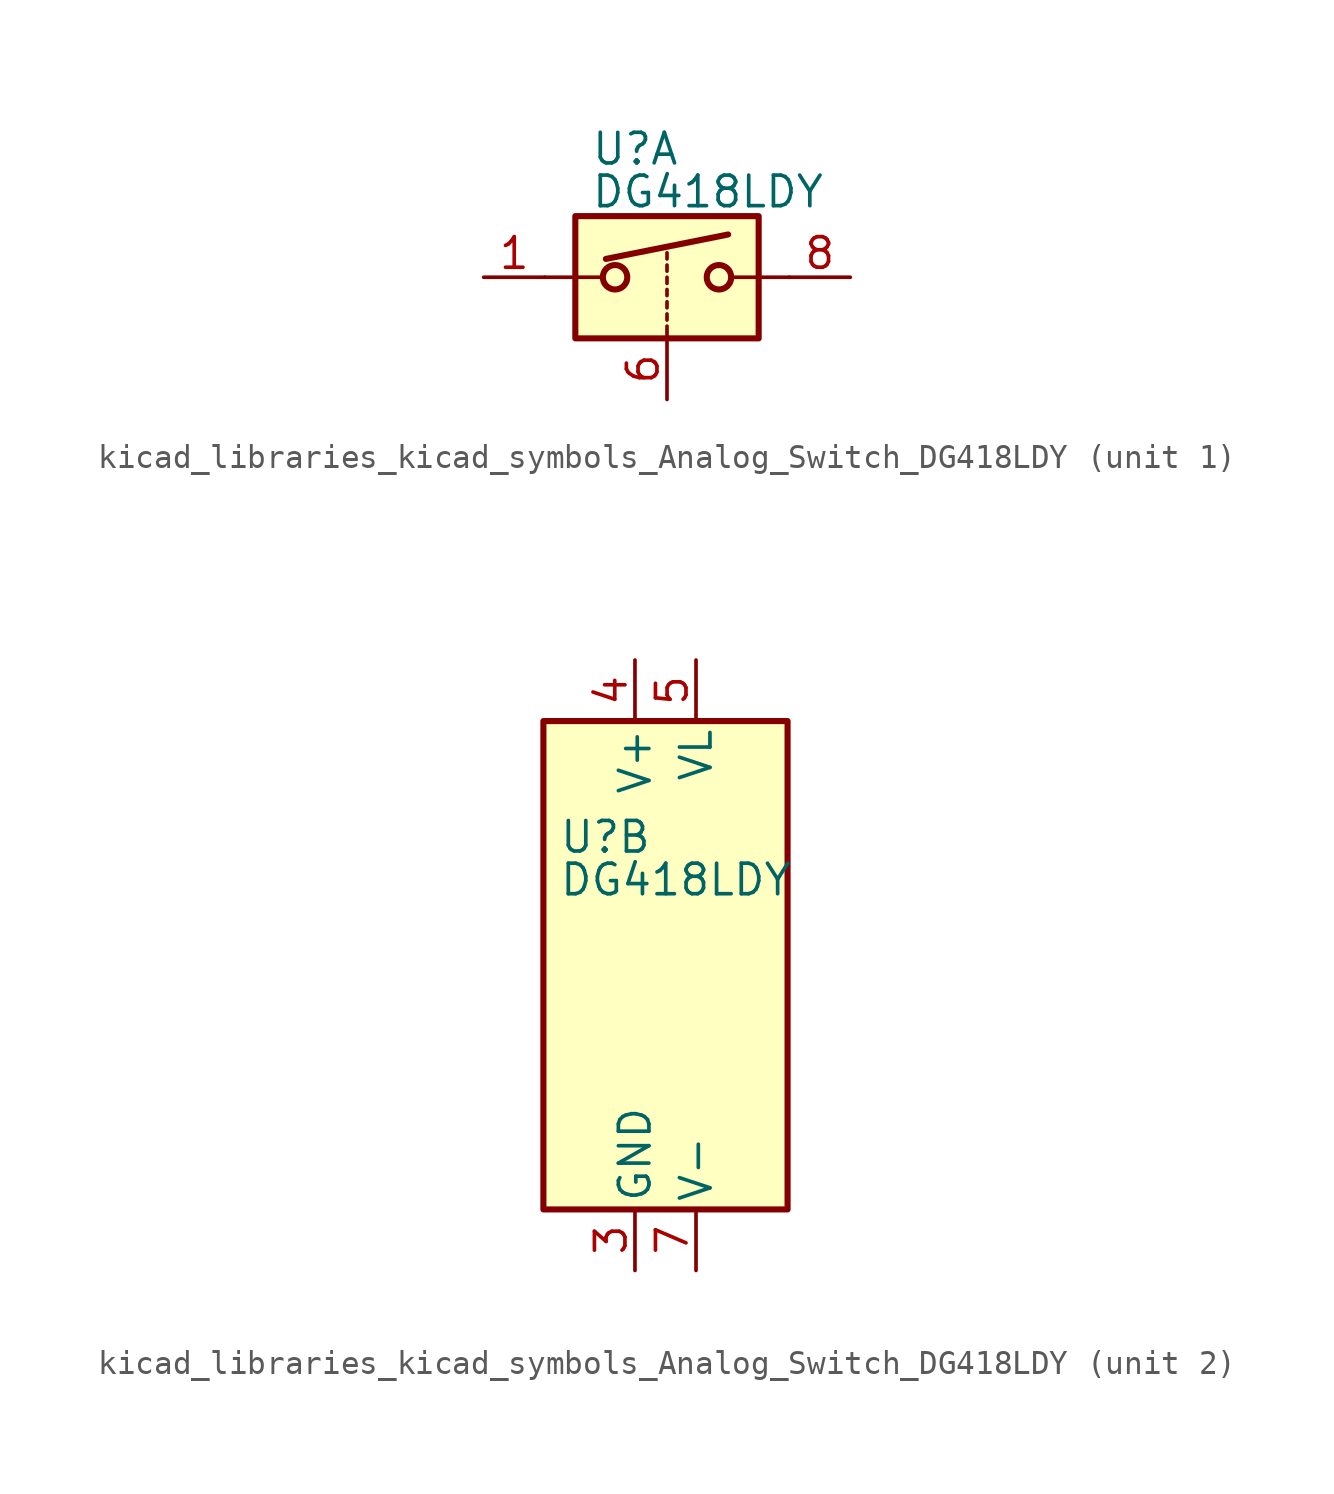
<source format=kicad_sym>
(kicad_symbol_lib
  (version 20220914)
  (generator kicad_symbol_editor)
  (symbol "kicad_libraries_kicad_symbols_Analog_Switch_DG418LDY"
    (pin_names
      (offset 0.254))
    (property "Reference" "U"
      (at -3.175 5.334 0)
      (effects (font (size 1.27 1.27)) (justify left)))
    (property "Value" "DG418LDY"
      (at -3.175 3.556 0)
      (effects (font (size 1.27 1.27)) (justify left)))
    (symbol "kicad_libraries_kicad_symbols_Analog_Switch_DG418LDY_1_1"
      (rectangle (start -3.81 2.54) (end 3.81 -2.54) (stroke (width 0.254) (type default)) (fill (type background)))
      (circle (center -2.159 0) (radius 0.508) (stroke (width 0.254) (type default)) (fill (type none)))
      (polyline (pts (xy -5.08 0) (xy -2.794 0)) (stroke (width 0) (type default)) (fill (type none)))
      (polyline (pts (xy -2.54 0.762) (xy 2.54 1.778)) (stroke (width 0.254) (type default)) (fill (type none)))
      (polyline (pts (xy 0 -2.54) (xy 0 -2.032)) (stroke (width 0) (type default)) (fill (type none)))
      (polyline (pts (xy 0 -1.778) (xy 0 -1.524)) (stroke (width 0) (type default)) (fill (type none)))
      (polyline (pts (xy 0 -1.27) (xy 0 -1.016)) (stroke (width 0) (type default)) (fill (type none)))
      (polyline (pts (xy 0 -0.762) (xy 0 -0.508)) (stroke (width 0) (type default)) (fill (type none)))
      (polyline (pts (xy 0 -0.254) (xy 0 0)) (stroke (width 0) (type default)) (fill (type none)))
      (polyline (pts (xy 0 0.254) (xy 0 0.508)) (stroke (width 0) (type default)) (fill (type none)))
      (polyline (pts (xy 0 0.762) (xy 0 1.016)) (stroke (width 0) (type default)) (fill (type none)))
      (polyline (pts (xy 5.08 0) (xy 2.794 0)) (stroke (width 0) (type default)) (fill (type none)))
      (circle (center 2.159 0) (radius 0.508) (stroke (width 0.254) (type default)) (fill (type none)))
      (pin passive line (at -7.62 0 0) (length 2.54) (name "~" (effects (font (size 1.27 1.27)))) (number "1" (effects (font (size 1.27 1.27)))))
      (pin input line (at 0 -5.08 90) (length 2.54) (name "~" (effects (font (size 1.27 1.27)))) (number "6" (effects (font (size 1.27 1.27)))))
      (pin passive line (at 7.62 0 180) (length 2.54) (name "~" (effects (font (size 1.27 1.27)))) (number "8" (effects (font (size 1.27 1.27))))))
    (symbol "kicad_libraries_kicad_symbols_Analog_Switch_DG418LDY_2_0"
      (pin no_connect line (at -2.54 10.16 270) (length 2.54) hide (name "NC" (effects (font (size 1.27 1.27)))) (number "2" (effects (font (size 1.27 1.27)))))
      (pin power_in line (at 0 -12.7 90) (length 2.54) (name "GND" (effects (font (size 1.27 1.27)))) (number "3" (effects (font (size 1.27 1.27)))))
      (pin power_in line (at 0 12.7 270) (length 2.54) (name "V+" (effects (font (size 1.27 1.27)))) (number "4" (effects (font (size 1.27 1.27)))))
      (pin power_in line (at 2.54 12.7 270) (length 2.54) (name "VL" (effects (font (size 1.27 1.27)))) (number "5" (effects (font (size 1.27 1.27)))))
      (pin power_in line (at 2.54 -12.7 90) (length 2.54) (name "V-" (effects (font (size 1.27 1.27)))) (number "7" (effects (font (size 1.27 1.27))))))
    (symbol "kicad_libraries_kicad_symbols_Analog_Switch_DG418LDY_2_1"
      (rectangle (start -3.81 10.16) (end 6.35 -10.16) (stroke (width 0.254) (type default)) (fill (type background))))))
</source>
